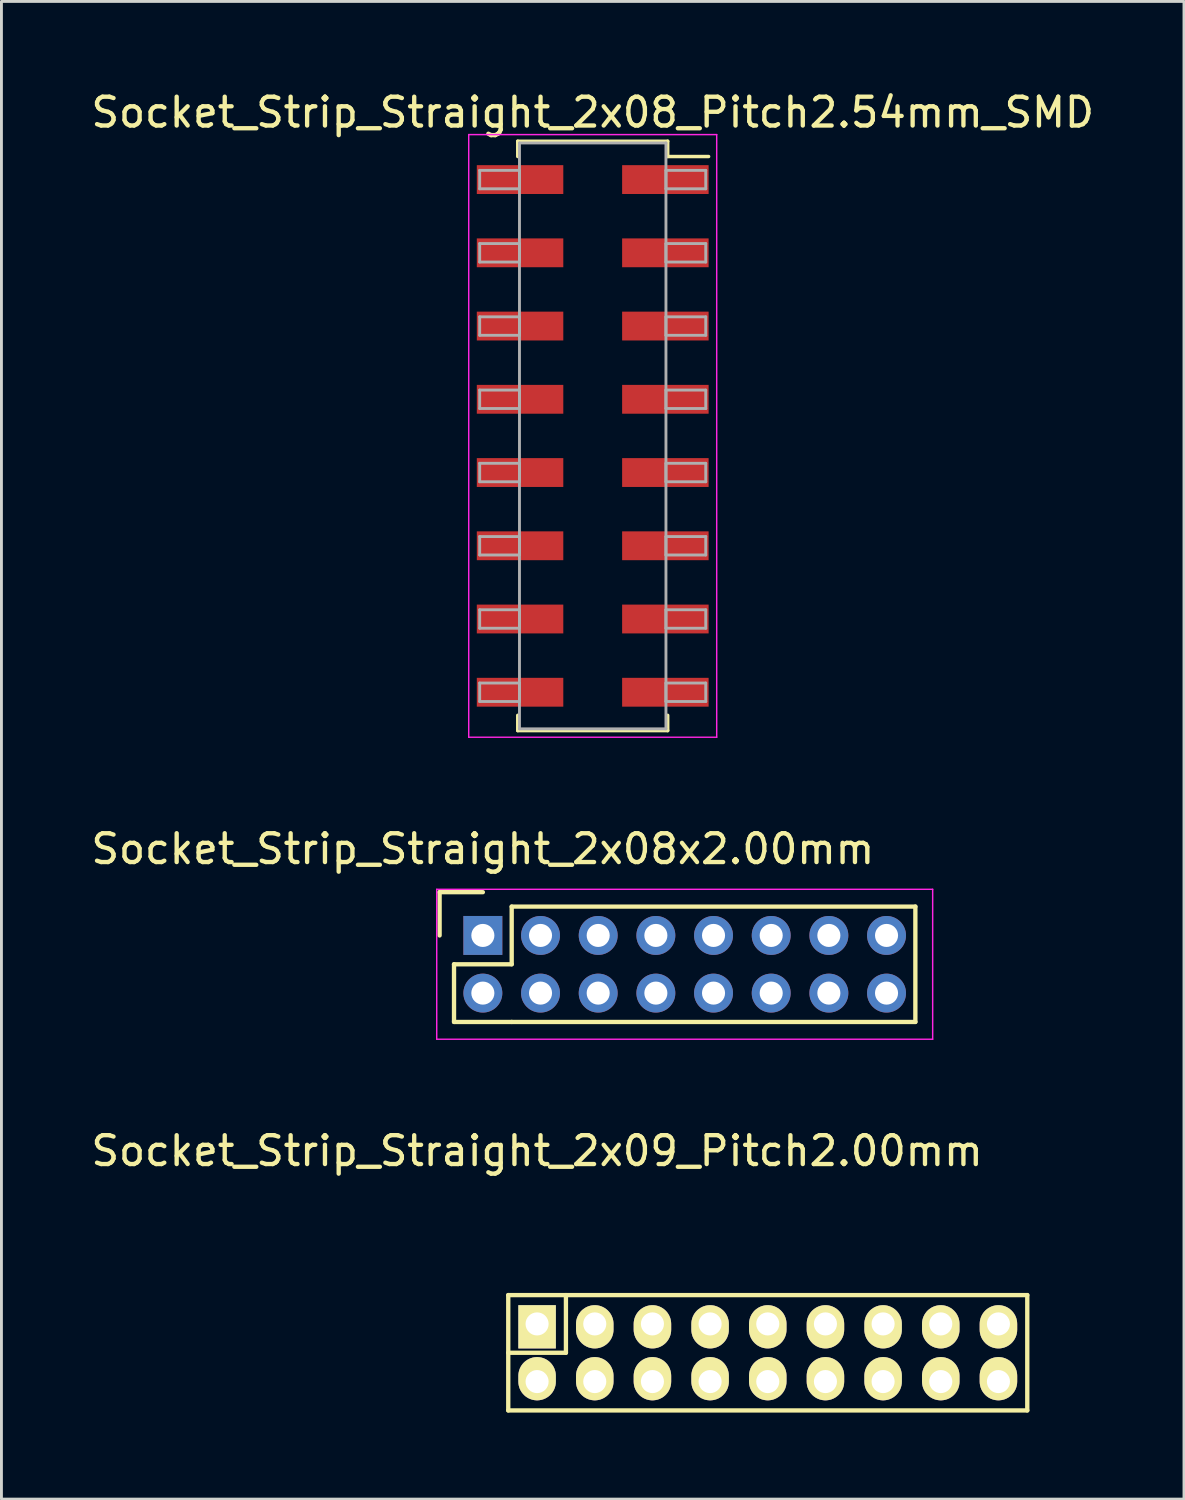
<source format=kicad_pcb>
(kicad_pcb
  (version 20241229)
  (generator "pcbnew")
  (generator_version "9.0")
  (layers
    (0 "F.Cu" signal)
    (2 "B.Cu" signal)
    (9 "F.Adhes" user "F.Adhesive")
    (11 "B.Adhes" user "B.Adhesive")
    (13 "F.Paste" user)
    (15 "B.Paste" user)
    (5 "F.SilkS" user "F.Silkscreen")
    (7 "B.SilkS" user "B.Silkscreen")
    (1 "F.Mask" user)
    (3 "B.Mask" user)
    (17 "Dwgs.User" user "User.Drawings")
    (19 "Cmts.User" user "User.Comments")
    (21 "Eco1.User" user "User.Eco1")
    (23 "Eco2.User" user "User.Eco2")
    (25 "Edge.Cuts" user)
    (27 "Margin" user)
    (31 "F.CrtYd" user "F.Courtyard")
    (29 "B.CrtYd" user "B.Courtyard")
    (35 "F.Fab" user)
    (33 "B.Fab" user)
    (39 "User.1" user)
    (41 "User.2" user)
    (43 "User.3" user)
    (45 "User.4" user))
  (footprint "Socket_Strip_Straight_2x08_Pitch2.54mm_SMD"
    (layer "F.Cu")
    (at 17.506 12.068)
    (property "Reference" "Socket_Strip_Straight_2x08_Pitch2.54mm_SMD" (at 0 -11.22 0) (layer "F.SilkS") (effects (font (size 1 1) (thickness 0.15))))
    (attr smd)
    (fp_line (start -2.6 -10.22) (end 2.6 -10.22) (stroke (width 0.12) (type solid)) (layer "F.SilkS"))
    (fp_line (start -2.6 -9.69) (end -2.6 -10.22) (stroke (width 0.12) (type solid)) (layer "F.SilkS"))
    (fp_line (start -2.6 9.69) (end -2.6 10.22) (stroke (width 0.12) (type solid)) (layer "F.SilkS"))
    (fp_line (start -2.6 10.22) (end 2.6 10.22) (stroke (width 0.12) (type solid)) (layer "F.SilkS"))
    (fp_line (start 2.6 -10.22) (end 2.6 -9.69) (stroke (width 0.12) (type solid)) (layer "F.SilkS"))
    (fp_line (start 2.6 10.22) (end 2.6 9.69) (stroke (width 0.12) (type solid)) (layer "F.SilkS"))
    (fp_line (start 4.02 -9.69) (end 2.6 -9.69) (stroke (width 0.12) (type solid)) (layer "F.SilkS"))
    (fp_line (start -4.3 -10.45) (end -4.3 10.45) (stroke (width 0.05) (type solid)) (layer "F.CrtYd"))
    (fp_line (start -4.3 10.45) (end 4.3 10.45) (stroke (width 0.05) (type solid)) (layer "F.CrtYd"))
    (fp_line (start 4.3 -10.45) (end -4.3 -10.45) (stroke (width 0.05) (type solid)) (layer "F.CrtYd"))
    (fp_line (start 4.3 10.45) (end 4.3 -10.45) (stroke (width 0.05) (type solid)) (layer "F.CrtYd"))
    (fp_line (start -3.92 -9.21) (end -2.54 -9.21) (stroke (width 0.1) (type solid)) (layer "F.Fab"))
    (fp_line (start -3.92 -8.57) (end -3.92 -9.21) (stroke (width 0.1) (type solid)) (layer "F.Fab"))
    (fp_line (start -3.92 -6.67) (end -2.54 -6.67) (stroke (width 0.1) (type solid)) (layer "F.Fab"))
    (fp_line (start -3.92 -6.03) (end -3.92 -6.67) (stroke (width 0.1) (type solid)) (layer "F.Fab"))
    (fp_line (start -3.92 -4.13) (end -2.54 -4.13) (stroke (width 0.1) (type solid)) (layer "F.Fab"))
    (fp_line (start -3.92 -3.49) (end -3.92 -4.13) (stroke (width 0.1) (type solid)) (layer "F.Fab"))
    (fp_line (start -3.92 -1.59) (end -2.54 -1.59) (stroke (width 0.1) (type solid)) (layer "F.Fab"))
    (fp_line (start -3.92 -0.95) (end -3.92 -1.59) (stroke (width 0.1) (type solid)) (layer "F.Fab"))
    (fp_line (start -3.92 0.95) (end -2.54 0.95) (stroke (width 0.1) (type solid)) (layer "F.Fab"))
    (fp_line (start -3.92 1.59) (end -3.92 0.95) (stroke (width 0.1) (type solid)) (layer "F.Fab"))
    (fp_line (start -3.92 3.49) (end -2.54 3.49) (stroke (width 0.1) (type solid)) (layer "F.Fab"))
    (fp_line (start -3.92 4.13) (end -3.92 3.49) (stroke (width 0.1) (type solid)) (layer "F.Fab"))
    (fp_line (start -3.92 6.03) (end -2.54 6.03) (stroke (width 0.1) (type solid)) (layer "F.Fab"))
    (fp_line (start -3.92 6.67) (end -3.92 6.03) (stroke (width 0.1) (type solid)) (layer "F.Fab"))
    (fp_line (start -3.92 8.57) (end -2.54 8.57) (stroke (width 0.1) (type solid)) (layer "F.Fab"))
    (fp_line (start -3.92 9.21) (end -3.92 8.57) (stroke (width 0.1) (type solid)) (layer "F.Fab"))
    (fp_line (start -2.54 -10.16) (end -2.54 10.16) (stroke (width 0.1) (type solid)) (layer "F.Fab"))
    (fp_line (start -2.54 -9.21) (end -2.54 -8.57) (stroke (width 0.1) (type solid)) (layer "F.Fab"))
    (fp_line (start -2.54 -8.57) (end -3.92 -8.57) (stroke (width 0.1) (type solid)) (layer "F.Fab"))
    (fp_line (start -2.54 -6.67) (end -2.54 -6.03) (stroke (width 0.1) (type solid)) (layer "F.Fab"))
    (fp_line (start -2.54 -6.03) (end -3.92 -6.03) (stroke (width 0.1) (type solid)) (layer "F.Fab"))
    (fp_line (start -2.54 -4.13) (end -2.54 -3.49) (stroke (width 0.1) (type solid)) (layer "F.Fab"))
    (fp_line (start -2.54 -3.49) (end -3.92 -3.49) (stroke (width 0.1) (type solid)) (layer "F.Fab"))
    (fp_line (start -2.54 -1.59) (end -2.54 -0.95) (stroke (width 0.1) (type solid)) (layer "F.Fab"))
    (fp_line (start -2.54 -0.95) (end -3.92 -0.95) (stroke (width 0.1) (type solid)) (layer "F.Fab"))
    (fp_line (start -2.54 0.95) (end -2.54 1.59) (stroke (width 0.1) (type solid)) (layer "F.Fab"))
    (fp_line (start -2.54 1.59) (end -3.92 1.59) (stroke (width 0.1) (type solid)) (layer "F.Fab"))
    (fp_line (start -2.54 3.49) (end -2.54 4.13) (stroke (width 0.1) (type solid)) (layer "F.Fab"))
    (fp_line (start -2.54 4.13) (end -3.92 4.13) (stroke (width 0.1) (type solid)) (layer "F.Fab"))
    (fp_line (start -2.54 6.03) (end -2.54 6.67) (stroke (width 0.1) (type solid)) (layer "F.Fab"))
    (fp_line (start -2.54 6.67) (end -3.92 6.67) (stroke (width 0.1) (type solid)) (layer "F.Fab"))
    (fp_line (start -2.54 8.57) (end -2.54 9.21) (stroke (width 0.1) (type solid)) (layer "F.Fab"))
    (fp_line (start -2.54 9.21) (end -3.92 9.21) (stroke (width 0.1) (type solid)) (layer "F.Fab"))
    (fp_line (start -2.54 10.16) (end 2.54 10.16) (stroke (width 0.1) (type solid)) (layer "F.Fab"))
    (fp_line (start 2.54 -10.16) (end -2.54 -10.16) (stroke (width 0.1) (type solid)) (layer "F.Fab"))
    (fp_line (start 2.54 -9.21) (end 2.54 -8.57) (stroke (width 0.1) (type solid)) (layer "F.Fab"))
    (fp_line (start 2.54 -8.57) (end 3.92 -8.57) (stroke (width 0.1) (type solid)) (layer "F.Fab"))
    (fp_line (start 2.54 -6.67) (end 2.54 -6.03) (stroke (width 0.1) (type solid)) (layer "F.Fab"))
    (fp_line (start 2.54 -6.03) (end 3.92 -6.03) (stroke (width 0.1) (type solid)) (layer "F.Fab"))
    (fp_line (start 2.54 -4.13) (end 2.54 -3.49) (stroke (width 0.1) (type solid)) (layer "F.Fab"))
    (fp_line (start 2.54 -3.49) (end 3.92 -3.49) (stroke (width 0.1) (type solid)) (layer "F.Fab"))
    (fp_line (start 2.54 -1.59) (end 2.54 -0.95) (stroke (width 0.1) (type solid)) (layer "F.Fab"))
    (fp_line (start 2.54 -0.95) (end 3.92 -0.95) (stroke (width 0.1) (type solid)) (layer "F.Fab"))
    (fp_line (start 2.54 0.95) (end 2.54 1.59) (stroke (width 0.1) (type solid)) (layer "F.Fab"))
    (fp_line (start 2.54 1.59) (end 3.92 1.59) (stroke (width 0.1) (type solid)) (layer "F.Fab"))
    (fp_line (start 2.54 3.49) (end 2.54 4.13) (stroke (width 0.1) (type solid)) (layer "F.Fab"))
    (fp_line (start 2.54 4.13) (end 3.92 4.13) (stroke (width 0.1) (type solid)) (layer "F.Fab"))
    (fp_line (start 2.54 6.03) (end 2.54 6.67) (stroke (width 0.1) (type solid)) (layer "F.Fab"))
    (fp_line (start 2.54 6.67) (end 3.92 6.67) (stroke (width 0.1) (type solid)) (layer "F.Fab"))
    (fp_line (start 2.54 8.57) (end 2.54 9.21) (stroke (width 0.1) (type solid)) (layer "F.Fab"))
    (fp_line (start 2.54 9.21) (end 3.92 9.21) (stroke (width 0.1) (type solid)) (layer "F.Fab"))
    (fp_line (start 2.54 10.16) (end 2.54 -10.16) (stroke (width 0.1) (type solid)) (layer "F.Fab"))
    (fp_line (start 3.92 -9.21) (end 2.54 -9.21) (stroke (width 0.1) (type solid)) (layer "F.Fab"))
    (fp_line (start 3.92 -8.57) (end 3.92 -9.21) (stroke (width 0.1) (type solid)) (layer "F.Fab"))
    (fp_line (start 3.92 -6.67) (end 2.54 -6.67) (stroke (width 0.1) (type solid)) (layer "F.Fab"))
    (fp_line (start 3.92 -6.03) (end 3.92 -6.67) (stroke (width 0.1) (type solid)) (layer "F.Fab"))
    (fp_line (start 3.92 -4.13) (end 2.54 -4.13) (stroke (width 0.1) (type solid)) (layer "F.Fab"))
    (fp_line (start 3.92 -3.49) (end 3.92 -4.13) (stroke (width 0.1) (type solid)) (layer "F.Fab"))
    (fp_line (start 3.92 -1.59) (end 2.54 -1.59) (stroke (width 0.1) (type solid)) (layer "F.Fab"))
    (fp_line (start 3.92 -0.95) (end 3.92 -1.59) (stroke (width 0.1) (type solid)) (layer "F.Fab"))
    (fp_line (start 3.92 0.95) (end 2.54 0.95) (stroke (width 0.1) (type solid)) (layer "F.Fab"))
    (fp_line (start 3.92 1.59) (end 3.92 0.95) (stroke (width 0.1) (type solid)) (layer "F.Fab"))
    (fp_line (start 3.92 3.49) (end 2.54 3.49) (stroke (width 0.1) (type solid)) (layer "F.Fab"))
    (fp_line (start 3.92 4.13) (end 3.92 3.49) (stroke (width 0.1) (type solid)) (layer "F.Fab"))
    (fp_line (start 3.92 6.03) (end 2.54 6.03) (stroke (width 0.1) (type solid)) (layer "F.Fab"))
    (fp_line (start 3.92 6.67) (end 3.92 6.03) (stroke (width 0.1) (type solid)) (layer "F.Fab"))
    (fp_line (start 3.92 8.57) (end 2.54 8.57) (stroke (width 0.1) (type solid)) (layer "F.Fab"))
    (fp_line (start 3.92 9.21) (end 3.92 8.57) (stroke (width 0.1) (type solid)) (layer "F.Fab"))
    (pad "1" smd rect (at 2.52 -8.89) (size 3 1) (layers "F.Cu" "F.Mask"))
    (pad "2" smd rect (at -2.52 -8.89) (size 3 1) (layers "F.Cu" "F.Mask"))
    (pad "3" smd rect (at 2.52 -6.35) (size 3 1) (layers "F.Cu" "F.Mask"))
    (pad "4" smd rect (at -2.52 -6.35) (size 3 1) (layers "F.Cu" "F.Mask"))
    (pad "5" smd rect (at 2.52 -3.81) (size 3 1) (layers "F.Cu" "F.Mask"))
    (pad "6" smd rect (at -2.52 -3.81) (size 3 1) (layers "F.Cu" "F.Mask"))
    (pad "7" smd rect (at 2.52 -1.27) (size 3 1) (layers "F.Cu" "F.Mask"))
    (pad "8" smd rect (at -2.52 -1.27) (size 3 1) (layers "F.Cu" "F.Mask"))
    (pad "9" smd rect (at 2.52 1.27) (size 3 1) (layers "F.Cu" "F.Mask"))
    (pad "10" smd rect (at -2.52 1.27) (size 3 1) (layers "F.Cu" "F.Mask"))
    (pad "11" smd rect (at 2.52 3.81) (size 3 1) (layers "F.Cu" "F.Mask"))
    (pad "12" smd rect (at -2.52 3.81) (size 3 1) (layers "F.Cu" "F.Mask"))
    (pad "13" smd rect (at 2.52 6.35) (size 3 1) (layers "F.Cu" "F.Mask"))
    (pad "14" smd rect (at -2.52 6.35) (size 3 1) (layers "F.Cu" "F.Mask"))
    (pad "15" smd rect (at 2.52 8.89) (size 3 1) (layers "F.Cu" "F.Mask"))
    (pad "16" smd rect (at -2.52 8.89) (size 3 1) (layers "F.Cu" "F.Mask")))
  (footprint "Socket_Strip_Straight_2x09_Pitch2.00mm"
    (layer "F.Cu")
    (at 15.577 42.865)
    (property "Reference" "Socket_Strip_Straight_2x09_Pitch2.00mm" (at 0 -6 0) (layer "F.SilkS") (effects (font (size 1 1) (thickness 0.15))))
    (attr through_hole)
    (fp_line (start -1 -1) (end -1 3) (stroke (width 0.15) (type solid)) (layer "F.SilkS"))
    (fp_line (start -1 1) (end 1 1) (stroke (width 0.15) (type solid)) (layer "F.SilkS"))
    (fp_line (start -1 3) (end 17 3) (stroke (width 0.15) (type solid)) (layer "F.SilkS"))
    (fp_line (start 1 1) (end 1 -1) (stroke (width 0.15) (type solid)) (layer "F.SilkS"))
    (fp_line (start 17 -1) (end -1 -1) (stroke (width 0.15) (type solid)) (layer "F.SilkS"))
    (fp_line (start 17 3) (end 17 -1) (stroke (width 0.15) (type solid)) (layer "F.SilkS"))
    (pad "1" thru_hole rect (at 0 0) (size 1.3 1.5) (drill 0.8 (offset 0 0.1)) (layers "*.Cu" "*.Mask" "F.SilkS"))
    (pad "2" thru_hole oval (at 0 2) (size 1.3 1.5) (drill 0.8 (offset 0 -0.1)) (layers "*.Cu" "*.Mask" "F.SilkS"))
    (pad "3" thru_hole oval (at 2 0) (size 1.3 1.5) (drill 0.8 (offset 0 0.1)) (layers "*.Cu" "*.Mask" "F.SilkS"))
    (pad "4" thru_hole oval (at 2 2) (size 1.3 1.5) (drill 0.8 (offset 0 -0.1)) (layers "*.Cu" "*.Mask" "F.SilkS"))
    (pad "5" thru_hole oval (at 4 0) (size 1.3 1.5) (drill 0.8 (offset 0 0.1)) (layers "*.Cu" "*.Mask" "F.SilkS"))
    (pad "6" thru_hole oval (at 4 2) (size 1.3 1.5) (drill 0.8 (offset 0 -0.1)) (layers "*.Cu" "*.Mask" "F.SilkS"))
    (pad "7" thru_hole oval (at 6 0) (size 1.3 1.5) (drill 0.8 (offset 0 0.1)) (layers "*.Cu" "*.Mask" "F.SilkS"))
    (pad "8" thru_hole oval (at 6 2) (size 1.3 1.5) (drill 0.8 (offset 0 -0.1)) (layers "*.Cu" "*.Mask" "F.SilkS"))
    (pad "9" thru_hole oval (at 8 0) (size 1.3 1.5) (drill 0.8 (offset 0 0.1)) (layers "*.Cu" "*.Mask" "F.SilkS"))
    (pad "10" thru_hole oval (at 8 2) (size 1.3 1.5) (drill 0.8 (offset 0 -0.1)) (layers "*.Cu" "*.Mask" "F.SilkS"))
    (pad "11" thru_hole oval (at 10 0) (size 1.3 1.5) (drill 0.8 (offset 0 0.1)) (layers "*.Cu" "*.Mask" "F.SilkS"))
    (pad "12" thru_hole oval (at 10 2) (size 1.3 1.5) (drill 0.8 (offset 0 -0.1)) (layers "*.Cu" "*.Mask" "F.SilkS"))
    (pad "13" thru_hole oval (at 12 0) (size 1.3 1.5) (drill 0.8 (offset 0 0.1)) (layers "*.Cu" "*.Mask" "F.SilkS"))
    (pad "14" thru_hole oval (at 12 2) (size 1.3 1.5) (drill 0.8 (offset 0 -0.1)) (layers "*.Cu" "*.Mask" "F.SilkS"))
    (pad "15" thru_hole oval (at 14 0) (size 1.3 1.5) (drill 0.8 (offset 0 0.1)) (layers "*.Cu" "*.Mask" "F.SilkS"))
    (pad "16" thru_hole oval (at 14 2) (size 1.3 1.5) (drill 0.8 (offset 0 -0.1)) (layers "*.Cu" "*.Mask" "F.SilkS"))
    (pad "17" thru_hole oval (at 16 0) (size 1.3 1.5) (drill 0.8 (offset 0 0.1)) (layers "*.Cu" "*.Mask" "F.SilkS"))
    (pad "18" thru_hole oval (at 16 2) (size 1.3 1.5) (drill 0.8 (offset 0 -0.1)) (layers "*.Cu" "*.Mask" "F.SilkS")))
  (footprint "Socket_Strip_Straight_2x08x2.00mm"
    (layer "F.Cu")
    (at 13.696 29.392)
    (property "Reference" "Socket_Strip_Straight_2x08x2.00mm" (at 0 -3 0) (layer "F.SilkS") (effects (font (size 1 1) (thickness 0.15))))
    (attr through_hole)
    (fp_line (start -1.5 -1.5) (end -1.5 0) (stroke (width 0.15) (type solid)) (layer "F.SilkS"))
    (fp_line (start -1 1) (end -1 3) (stroke (width 0.15) (type solid)) (layer "F.SilkS"))
    (fp_line (start -1 3) (end 1 3) (stroke (width 0.15) (type solid)) (layer "F.SilkS"))
    (fp_line (start 0 -1.5) (end -1.5 -1.5) (stroke (width 0.15) (type solid)) (layer "F.SilkS"))
    (fp_line (start 1 -1) (end 1 1) (stroke (width 0.15) (type solid)) (layer "F.SilkS"))
    (fp_line (start 1 1) (end -1 1) (stroke (width 0.15) (type solid)) (layer "F.SilkS"))
    (fp_line (start 1 3) (end 15 3) (stroke (width 0.15) (type solid)) (layer "F.SilkS"))
    (fp_line (start 15 -1) (end 1 -1) (stroke (width 0.15) (type solid)) (layer "F.SilkS"))
    (fp_line (start 15 3) (end 15 -1) (stroke (width 0.15) (type solid)) (layer "F.SilkS"))
    (fp_line (start -1.6 -1.6) (end -1.6 3.6) (stroke (width 0.05) (type solid)) (layer "F.CrtYd"))
    (fp_line (start -1.6 3.6) (end 15.6 3.6) (stroke (width 0.05) (type solid)) (layer "F.CrtYd"))
    (fp_line (start 15.6 -1.6) (end -1.6 -1.6) (stroke (width 0.05) (type solid)) (layer "F.CrtYd"))
    (fp_line (start 15.6 3.6) (end 15.6 -1.6) (stroke (width 0.05) (type solid)) (layer "F.CrtYd"))
    (pad "1" thru_hole rect (at 0 0) (size 1.35 1.35) (drill 0.8) (layers "*.Cu" "*.Mask"))
    (pad "2" thru_hole circle (at 0 2) (size 1.35 1.35) (drill 0.8) (layers "*.Cu" "*.Mask"))
    (pad "3" thru_hole circle (at 2 0) (size 1.35 1.35) (drill 0.8) (layers "*.Cu" "*.Mask"))
    (pad "4" thru_hole circle (at 2 2) (size 1.35 1.35) (drill 0.8) (layers "*.Cu" "*.Mask"))
    (pad "5" thru_hole circle (at 4 0) (size 1.35 1.35) (drill 0.8) (layers "*.Cu" "*.Mask"))
    (pad "6" thru_hole circle (at 4 2) (size 1.35 1.35) (drill 0.8) (layers "*.Cu" "*.Mask"))
    (pad "7" thru_hole circle (at 6 0) (size 1.35 1.35) (drill 0.8) (layers "*.Cu" "*.Mask"))
    (pad "8" thru_hole circle (at 6 2) (size 1.35 1.35) (drill 0.8) (layers "*.Cu" "*.Mask"))
    (pad "9" thru_hole circle (at 8 0) (size 1.35 1.35) (drill 0.8) (layers "*.Cu" "*.Mask"))
    (pad "10" thru_hole circle (at 8 2) (size 1.35 1.35) (drill 0.8) (layers "*.Cu" "*.Mask"))
    (pad "11" thru_hole circle (at 10 0) (size 1.35 1.35) (drill 0.8) (layers "*.Cu" "*.Mask"))
    (pad "12" thru_hole circle (at 10 2) (size 1.35 1.35) (drill 0.8) (layers "*.Cu" "*.Mask"))
    (pad "13" thru_hole circle (at 12 0) (size 1.35 1.35) (drill 0.8) (layers "*.Cu" "*.Mask"))
    (pad "14" thru_hole circle (at 12 2) (size 1.35 1.35) (drill 0.8) (layers "*.Cu" "*.Mask"))
    (pad "15" thru_hole circle (at 14 0) (size 1.35 1.35) (drill 0.8) (layers "*.Cu" "*.Mask"))
    (pad "16" thru_hole circle (at 14 2) (size 1.35 1.35) (drill 0.8) (layers "*.Cu" "*.Mask")))
  (gr_rect
    (start -3 -3)
    (end 38.012 48.94)
    (stroke (width 0.1) (type default))
    (fill no)
    (layer "Edge.Cuts")))
</source>
